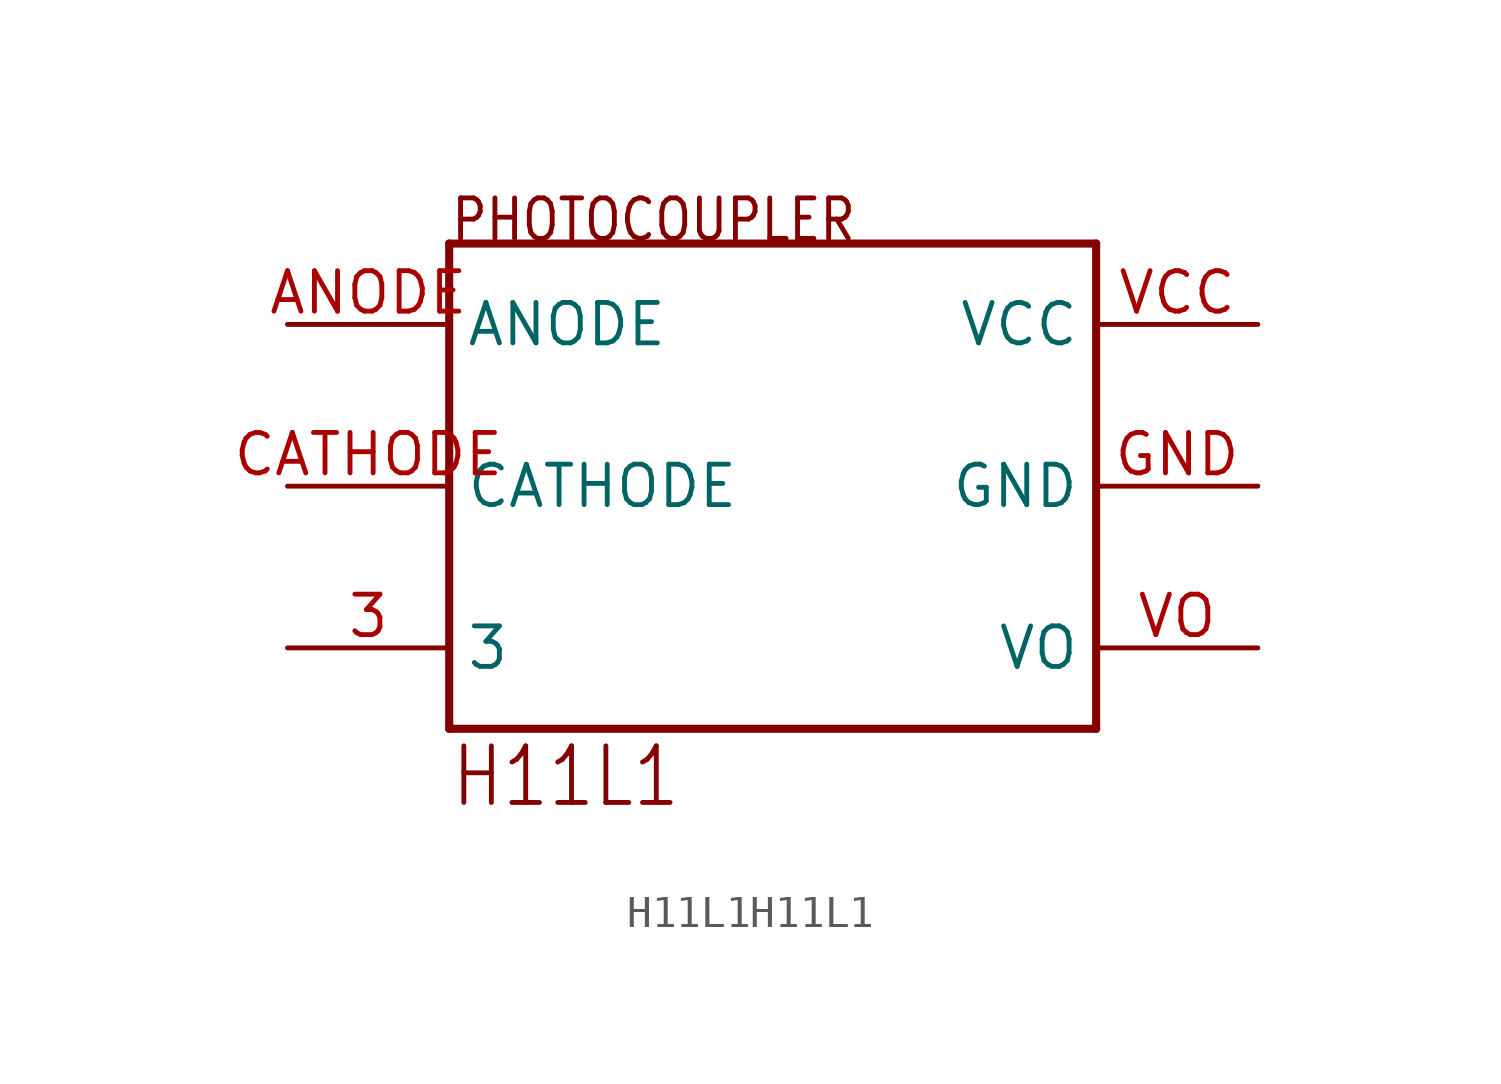
<source format=kicad_sym>
(kicad_symbol_lib
  (version 20220914)
  (generator kicad_symbol_editor)
  (symbol "H11L1H11L1"
    (property "Reference" ""
      (at 0 0 0)
      (effects (font (size 1.27 1.27)) hide))
    (property "ki_locked" ""
      (at 0 0 0)
      (effects (font (size 1.27 1.27))))
    (symbol "H11L1H11L1_1_0"
      (polyline (pts (xy -10.16 -7.62) (xy 10.16 -7.62)) (stroke (width 0.254) (type solid)) (fill (type none)))
      (polyline (pts (xy -10.16 7.62) (xy -10.16 -7.62)) (stroke (width 0.254) (type solid)) (fill (type none)))
      (polyline (pts (xy 10.16 -7.62) (xy 10.16 7.62)) (stroke (width 0.254) (type solid)) (fill (type none)))
      (polyline (pts (xy 10.16 7.62) (xy -10.16 7.62)) (stroke (width 0.254) (type solid)) (fill (type none)))
      (text "H11L1" (at -10.16 -10.16 0) (effects (font (size 1.778 1.511)) (justify left bottom)))
      (text "PHOTOCOUPLER" (at -10.16 7.62 0) (effects (font (size 1.27 1.079)) (justify left bottom)))
      (pin bidirectional line (at -15.24 -5.08 0) (length 5.08) (name "3" (effects (font (size 1.27 1.27)))) (number "3" (effects (font (size 1.27 1.27)))))
      (pin bidirectional line (at -15.24 5.08 0) (length 5.08) (name "ANODE" (effects (font (size 1.27 1.27)))) (number "ANODE" (effects (font (size 1.27 1.27)))))
      (pin bidirectional line (at -15.24 0 0) (length 5.08) (name "CATHODE" (effects (font (size 1.27 1.27)))) (number "CATHODE" (effects (font (size 1.27 1.27)))))
      (pin bidirectional line (at 15.24 0 180) (length 5.08) (name "GND" (effects (font (size 1.27 1.27)))) (number "GND" (effects (font (size 1.27 1.27)))))
      (pin bidirectional line (at 15.24 5.08 180) (length 5.08) (name "VCC" (effects (font (size 1.27 1.27)))) (number "VCC" (effects (font (size 1.27 1.27)))))
      (pin bidirectional line (at 15.24 -5.08 180) (length 5.08) (name "VO" (effects (font (size 1.27 1.27)))) (number "VO" (effects (font (size 1.27 1.27))))))))
</source>
